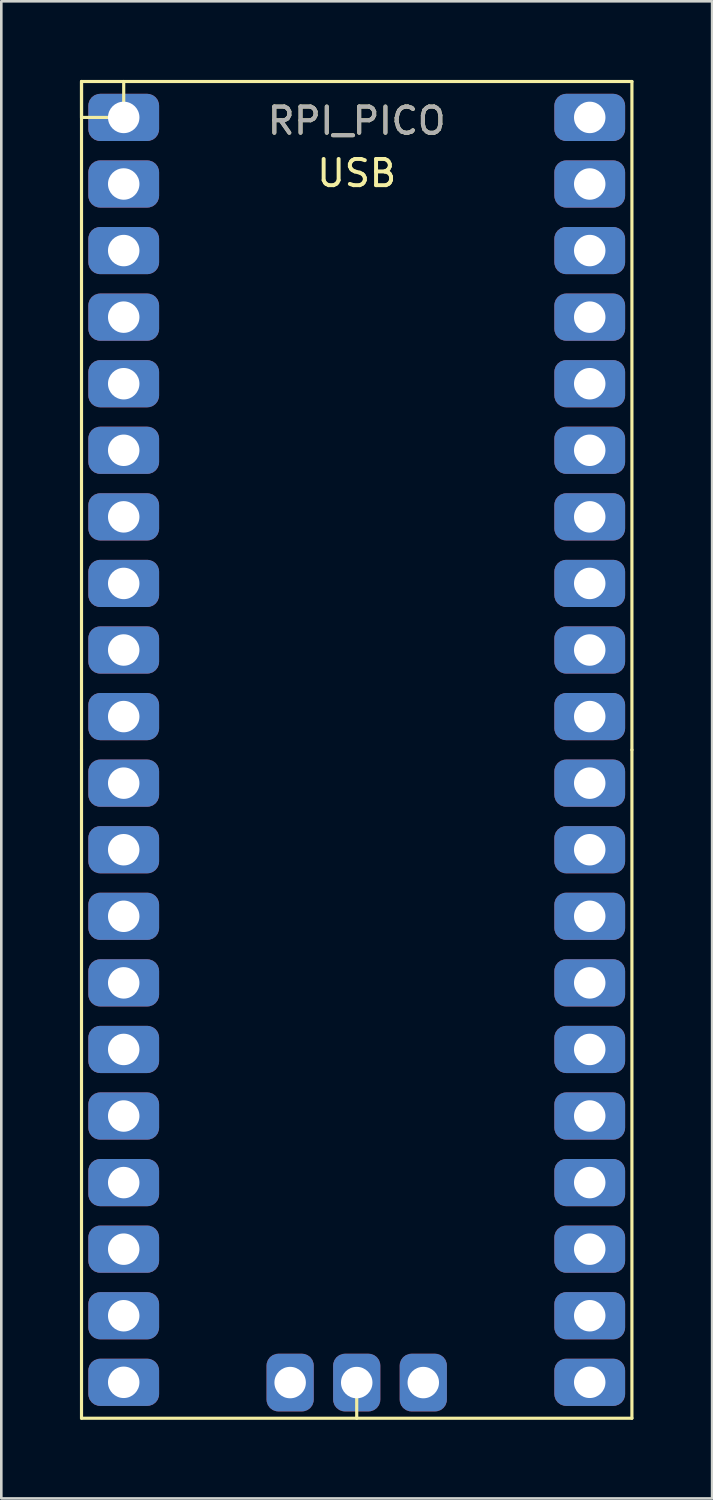
<source format=kicad_pcb>
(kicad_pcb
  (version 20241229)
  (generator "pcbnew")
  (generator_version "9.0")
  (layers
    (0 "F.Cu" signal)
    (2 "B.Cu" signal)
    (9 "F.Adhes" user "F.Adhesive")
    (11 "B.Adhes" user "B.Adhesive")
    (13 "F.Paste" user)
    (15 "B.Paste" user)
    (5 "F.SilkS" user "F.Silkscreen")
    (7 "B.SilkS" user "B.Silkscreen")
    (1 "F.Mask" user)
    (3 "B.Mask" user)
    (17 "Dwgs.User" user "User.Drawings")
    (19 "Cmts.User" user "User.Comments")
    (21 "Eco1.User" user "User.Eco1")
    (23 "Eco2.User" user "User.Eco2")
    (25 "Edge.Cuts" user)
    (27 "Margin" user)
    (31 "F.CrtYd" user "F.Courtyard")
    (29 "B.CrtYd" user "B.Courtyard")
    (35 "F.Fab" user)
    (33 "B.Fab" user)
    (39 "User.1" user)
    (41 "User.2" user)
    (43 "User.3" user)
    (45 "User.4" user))
  (footprint "RPI_PICO"
    (layer "F.Cu")
    (at 10.56 25.56)
    (property "Reference" "RPI_PICO" (at 0 -24 0) (unlocked yes) (layer "F.SilkS") (effects (font (size 1 1) (thickness 0.15))))
    (attr through_hole)
    (fp_line (start -10.5 -25.5) (end -10.5 -24.13) (stroke (width 0.12) (type solid)) (layer "F.SilkS"))
    (fp_line (start -10.5 -25.5) (end 10.5 -25.5) (stroke (width 0.12) (type solid)) (layer "F.SilkS"))
    (fp_line (start -10.5 -24.13) (end -8.89 -24.13) (stroke (width 0.12) (type solid)) (layer "F.SilkS"))
    (fp_line (start -10.5 0) (end -10.5 -25.5) (stroke (width 0.12) (type solid)) (layer "F.SilkS"))
    (fp_line (start -10.5 25.5) (end -10.5 0) (stroke (width 0.12) (type solid)) (layer "F.SilkS"))
    (fp_line (start -8.89 -24.13) (end -8.89 -25.5) (stroke (width 0.12) (type solid)) (layer "F.SilkS"))
    (fp_line (start 0 24.14) (end 0 25.5) (stroke (width 0.12) (type solid)) (layer "F.SilkS"))
    (fp_line (start 10.5 -25.5) (end 10.5 0) (stroke (width 0.12) (type solid)) (layer "F.SilkS"))
    (fp_line (start 10.5 0) (end 10.5 25.5) (stroke (width 0.12) (type solid)) (layer "F.SilkS"))
    (fp_line (start 10.5 25.5) (end -10.5 25.5) (stroke (width 0.12) (type solid)) (layer "F.SilkS"))
    (fp_text user "USB" (at 0 -22 0) (unlocked yes) (layer "F.SilkS") (effects (font (size 1 1) (thickness 0.15))))
    (fp_text user "${REFERENCE}" (at 0 -24 0) (unlocked yes) (layer "F.Fab") (effects (font (size 1 1) (thickness 0.15))))
    (pad "1" thru_hole roundrect (at -8.89 -24.13) (size 2.7 1.8) (drill 1.2) (layers "*.Cu" "*.Mask") (roundrect_rratio 0.25))
    (pad "2" thru_hole roundrect (at -8.89 -21.59) (size 2.7 1.8) (drill 1.2) (layers "*.Cu" "*.Mask") (roundrect_rratio 0.25))
    (pad "3" thru_hole roundrect (at -8.89 -19.05) (size 2.7 1.8) (drill 1.2) (layers "*.Cu" "*.Mask") (roundrect_rratio 0.25))
    (pad "4" thru_hole roundrect (at -8.89 -16.51) (size 2.7 1.8) (drill 1.2) (layers "*.Cu" "*.Mask") (roundrect_rratio 0.25))
    (pad "5" thru_hole roundrect (at -8.89 -13.97) (size 2.7 1.8) (drill 1.2) (layers "*.Cu" "*.Mask") (roundrect_rratio 0.25))
    (pad "6" thru_hole roundrect (at -8.89 -11.43) (size 2.7 1.8) (drill 1.2) (layers "*.Cu" "*.Mask") (roundrect_rratio 0.25))
    (pad "7" thru_hole roundrect (at -8.89 -8.89) (size 2.7 1.8) (drill 1.2) (layers "*.Cu" "*.Mask") (roundrect_rratio 0.25))
    (pad "8" thru_hole roundrect (at -8.89 -6.35) (size 2.7 1.8) (drill 1.2) (layers "*.Cu" "*.Mask") (roundrect_rratio 0.25))
    (pad "9" thru_hole roundrect (at -8.89 -3.81) (size 2.7 1.8) (drill 1.2) (layers "*.Cu" "*.Mask") (roundrect_rratio 0.25))
    (pad "10" thru_hole roundrect (at -8.89 -1.27) (size 2.7 1.8) (drill 1.2) (layers "*.Cu" "*.Mask") (roundrect_rratio 0.25))
    (pad "11" thru_hole roundrect (at -8.89 1.27) (size 2.7 1.8) (drill 1.2) (layers "*.Cu" "*.Mask") (roundrect_rratio 0.25))
    (pad "12" thru_hole roundrect (at -8.89 3.81) (size 2.7 1.8) (drill 1.2) (layers "*.Cu" "*.Mask") (roundrect_rratio 0.25))
    (pad "13" thru_hole roundrect (at -8.89 6.35) (size 2.7 1.8) (drill 1.2) (layers "*.Cu" "*.Mask") (roundrect_rratio 0.25))
    (pad "14" thru_hole roundrect (at -8.89 8.89) (size 2.7 1.8) (drill 1.2) (layers "*.Cu" "*.Mask") (roundrect_rratio 0.25))
    (pad "15" thru_hole roundrect (at -8.89 11.43) (size 2.7 1.8) (drill 1.2) (layers "*.Cu" "*.Mask") (roundrect_rratio 0.25))
    (pad "16" thru_hole roundrect (at -8.89 13.97) (size 2.7 1.8) (drill 1.2) (layers "*.Cu" "*.Mask") (roundrect_rratio 0.25))
    (pad "17" thru_hole roundrect (at -8.89 16.51) (size 2.7 1.8) (drill 1.2) (layers "*.Cu" "*.Mask") (roundrect_rratio 0.25))
    (pad "18" thru_hole roundrect (at -8.89 19.05) (size 2.7 1.8) (drill 1.2) (layers "*.Cu" "*.Mask") (roundrect_rratio 0.25))
    (pad "19" thru_hole roundrect (at -8.89 21.59) (size 2.7 1.8) (drill 1.2) (layers "*.Cu" "*.Mask") (roundrect_rratio 0.25))
    (pad "20" thru_hole roundrect (at -8.89 24.13) (size 2.7 1.8) (drill 1.2) (layers "*.Cu" "*.Mask") (roundrect_rratio 0.25))
    (pad "21" thru_hole roundrect (at 8.89 24.13) (size 2.7 1.8) (drill 1.2) (layers "*.Cu" "*.Mask") (roundrect_rratio 0.25))
    (pad "22" thru_hole roundrect (at 8.89 21.59) (size 2.7 1.8) (drill 1.2) (layers "*.Cu" "*.Mask") (roundrect_rratio 0.25))
    (pad "23" thru_hole roundrect (at 8.89 19.05) (size 2.7 1.8) (drill 1.2) (layers "*.Cu" "*.Mask") (roundrect_rratio 0.25))
    (pad "24" thru_hole roundrect (at 8.89 16.51) (size 2.7 1.8) (drill 1.2) (layers "*.Cu" "*.Mask") (roundrect_rratio 0.25))
    (pad "25" thru_hole roundrect (at 8.89 13.97) (size 2.7 1.8) (drill 1.2) (layers "*.Cu" "*.Mask") (roundrect_rratio 0.25))
    (pad "26" thru_hole roundrect (at 8.89 11.43) (size 2.7 1.8) (drill 1.2) (layers "*.Cu" "*.Mask") (roundrect_rratio 0.25))
    (pad "27" thru_hole roundrect (at 8.89 8.89) (size 2.7 1.8) (drill 1.2) (layers "*.Cu" "*.Mask") (roundrect_rratio 0.25))
    (pad "28" thru_hole roundrect (at 8.89 6.35) (size 2.7 1.8) (drill 1.2) (layers "*.Cu" "*.Mask") (roundrect_rratio 0.25))
    (pad "29" thru_hole roundrect (at 8.89 3.81) (size 2.7 1.8) (drill 1.2) (layers "*.Cu" "*.Mask") (roundrect_rratio 0.25))
    (pad "30" thru_hole roundrect (at 8.89 1.27) (size 2.7 1.8) (drill 1.2) (layers "*.Cu" "*.Mask") (roundrect_rratio 0.25))
    (pad "31" thru_hole roundrect (at 8.89 -1.27) (size 2.7 1.8) (drill 1.2) (layers "*.Cu" "*.Mask") (roundrect_rratio 0.25))
    (pad "32" thru_hole roundrect (at 8.89 -3.81) (size 2.7 1.8) (drill 1.2) (layers "*.Cu" "*.Mask") (roundrect_rratio 0.25))
    (pad "33" thru_hole roundrect (at 8.89 -6.35) (size 2.7 1.8) (drill 1.2) (layers "*.Cu" "*.Mask") (roundrect_rratio 0.25))
    (pad "34" thru_hole roundrect (at 8.89 -8.89) (size 2.7 1.8) (drill 1.2) (layers "*.Cu" "*.Mask") (roundrect_rratio 0.25))
    (pad "35" thru_hole roundrect (at 8.89 -11.43) (size 2.7 1.8) (drill 1.2) (layers "*.Cu" "*.Mask") (roundrect_rratio 0.25))
    (pad "36" thru_hole roundrect (at 8.89 -13.97) (size 2.7 1.8) (drill 1.2) (layers "*.Cu" "*.Mask") (roundrect_rratio 0.25))
    (pad "37" thru_hole roundrect (at 8.89 -16.51) (size 2.7 1.8) (drill 1.2) (layers "*.Cu" "*.Mask") (roundrect_rratio 0.25))
    (pad "38" thru_hole roundrect (at 8.89 -19.05) (size 2.7 1.8) (drill 1.2) (layers "*.Cu" "*.Mask") (roundrect_rratio 0.25))
    (pad "39" thru_hole roundrect (at 8.89 -21.59) (size 2.7 1.8) (drill 1.2) (layers "*.Cu" "*.Mask") (roundrect_rratio 0.25))
    (pad "40" thru_hole roundrect (at 8.89 -24.13) (size 2.7 1.8) (drill 1.2) (layers "*.Cu" "*.Mask") (roundrect_rratio 0.25))
    (pad "41" thru_hole roundrect (at -2.54 24.14 90) (size 2.2 1.8) (drill 1.2) (layers "*.Cu" "*.Mask") (roundrect_rratio 0.25))
    (pad "42" thru_hole roundrect (at 0 24.14 90) (size 2.2 1.8) (drill 1.2) (layers "*.Cu" "*.Mask") (roundrect_rratio 0.25))
    (pad "43" thru_hole roundrect (at 2.54 24.14 90) (size 2.2 1.8) (drill 1.2) (layers "*.Cu" "*.Mask") (roundrect_rratio 0.25)))
  (gr_rect
    (start -3 -3)
    (end 24.12 54.12)
    (stroke (width 0.1) (type default))
    (fill no)
    (layer "Edge.Cuts")))
</source>
